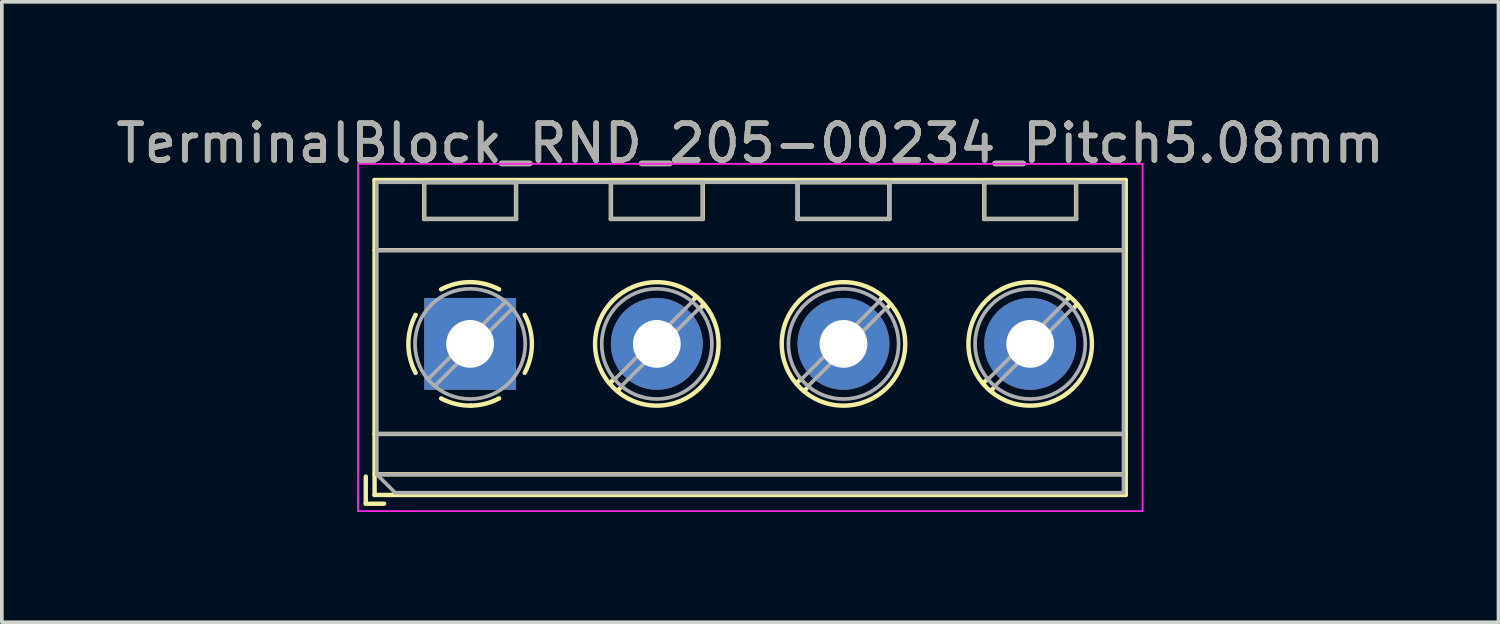
<source format=kicad_pcb>
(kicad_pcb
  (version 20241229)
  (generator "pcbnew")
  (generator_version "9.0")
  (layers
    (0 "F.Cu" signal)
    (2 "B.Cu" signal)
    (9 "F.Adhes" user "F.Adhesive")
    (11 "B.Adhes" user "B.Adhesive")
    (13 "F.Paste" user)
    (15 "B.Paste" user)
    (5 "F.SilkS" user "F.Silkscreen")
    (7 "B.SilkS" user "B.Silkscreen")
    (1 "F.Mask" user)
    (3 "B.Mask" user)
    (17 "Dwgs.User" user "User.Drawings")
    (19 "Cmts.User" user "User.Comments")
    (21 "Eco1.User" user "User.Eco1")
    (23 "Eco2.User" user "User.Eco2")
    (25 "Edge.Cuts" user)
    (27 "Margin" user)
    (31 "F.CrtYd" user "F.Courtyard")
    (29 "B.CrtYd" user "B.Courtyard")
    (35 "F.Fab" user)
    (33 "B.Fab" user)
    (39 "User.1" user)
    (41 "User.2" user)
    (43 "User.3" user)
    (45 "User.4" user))
  (footprint "TerminalBlock_RND_205-00234_Pitch5.08mm"
    (layer "F.Cu")
    (at 9.743 6.308)
    (property "Reference" "TerminalBlock_RND_205-00234_Pitch5.08mm" (at 7.62 -5.46 0) (layer "F.SilkS") (effects (font (size 1 1) (thickness 0.15))))
    (attr through_hole)
    (fp_line (start -2.84 3.61) (end -2.84 4.35) (stroke (width 0.12) (type solid)) (layer "F.SilkS"))
    (fp_line (start -2.84 4.35) (end -2.34 4.35) (stroke (width 0.12) (type solid)) (layer "F.SilkS"))
    (fp_line (start -2.6 -4.46) (end -2.6 4.11) (stroke (width 0.12) (type solid)) (layer "F.SilkS"))
    (fp_line (start -2.6 -2.55) (end 17.84 -2.55) (stroke (width 0.12) (type solid)) (layer "F.SilkS"))
    (fp_line (start -2.6 2.45) (end 17.84 2.45) (stroke (width 0.12) (type solid)) (layer "F.SilkS"))
    (fp_line (start -2.6 3.55) (end 17.84 3.55) (stroke (width 0.12) (type solid)) (layer "F.SilkS"))
    (fp_line (start -2.6 4.11) (end 17.84 4.11) (stroke (width 0.12) (type solid)) (layer "F.SilkS"))
    (fp_line (start -1.25 -4.4) (end -1.25 -3.4) (stroke (width 0.12) (type solid)) (layer "F.SilkS"))
    (fp_line (start -1.25 -4.4) (end 1.25 -4.4) (stroke (width 0.12) (type solid)) (layer "F.SilkS"))
    (fp_line (start -1.25 -3.4) (end 1.25 -3.4) (stroke (width 0.12) (type solid)) (layer "F.SilkS"))
    (fp_line (start 1.25 -4.4) (end 1.25 -3.4) (stroke (width 0.12) (type solid)) (layer "F.SilkS"))
    (fp_line (start 3.83 -4.4) (end 3.83 -3.4) (stroke (width 0.12) (type solid)) (layer "F.SilkS"))
    (fp_line (start 3.83 -4.4) (end 6.33 -4.4) (stroke (width 0.12) (type solid)) (layer "F.SilkS"))
    (fp_line (start 3.83 -3.4) (end 6.33 -3.4) (stroke (width 0.12) (type solid)) (layer "F.SilkS"))
    (fp_line (start 3.9 0.976) (end 3.806 1.069) (stroke (width 0.12) (type solid)) (layer "F.SilkS"))
    (fp_line (start 4.07 1.216) (end 4.011 1.274) (stroke (width 0.12) (type solid)) (layer "F.SilkS"))
    (fp_line (start 6.15 -1.275) (end 6.091 -1.216) (stroke (width 0.12) (type solid)) (layer "F.SilkS"))
    (fp_line (start 6.33 -4.4) (end 6.33 -3.4) (stroke (width 0.12) (type solid)) (layer "F.SilkS"))
    (fp_line (start 6.355 -1.069) (end 6.261 -0.976) (stroke (width 0.12) (type solid)) (layer "F.SilkS"))
    (fp_line (start 8.91 -4.4) (end 8.91 -3.4) (stroke (width 0.12) (type solid)) (layer "F.SilkS"))
    (fp_line (start 8.91 -4.4) (end 11.41 -4.4) (stroke (width 0.12) (type solid)) (layer "F.SilkS"))
    (fp_line (start 8.91 -3.4) (end 11.41 -3.4) (stroke (width 0.12) (type solid)) (layer "F.SilkS"))
    (fp_line (start 8.98 0.976) (end 8.886 1.069) (stroke (width 0.12) (type solid)) (layer "F.SilkS"))
    (fp_line (start 9.15 1.216) (end 9.091 1.274) (stroke (width 0.12) (type solid)) (layer "F.SilkS"))
    (fp_line (start 11.23 -1.275) (end 11.171 -1.216) (stroke (width 0.12) (type solid)) (layer "F.SilkS"))
    (fp_line (start 11.41 -4.4) (end 11.41 -3.4) (stroke (width 0.12) (type solid)) (layer "F.SilkS"))
    (fp_line (start 11.435 -1.069) (end 11.341 -0.976) (stroke (width 0.12) (type solid)) (layer "F.SilkS"))
    (fp_line (start 13.99 -4.4) (end 13.99 -3.4) (stroke (width 0.12) (type solid)) (layer "F.SilkS"))
    (fp_line (start 13.99 -4.4) (end 16.49 -4.4) (stroke (width 0.12) (type solid)) (layer "F.SilkS"))
    (fp_line (start 13.99 -3.4) (end 16.49 -3.4) (stroke (width 0.12) (type solid)) (layer "F.SilkS"))
    (fp_line (start 14.06 0.976) (end 13.966 1.069) (stroke (width 0.12) (type solid)) (layer "F.SilkS"))
    (fp_line (start 14.23 1.216) (end 14.171 1.274) (stroke (width 0.12) (type solid)) (layer "F.SilkS"))
    (fp_line (start 16.31 -1.275) (end 16.251 -1.216) (stroke (width 0.12) (type solid)) (layer "F.SilkS"))
    (fp_line (start 16.49 -4.4) (end 16.49 -3.4) (stroke (width 0.12) (type solid)) (layer "F.SilkS"))
    (fp_line (start 16.515 -1.069) (end 16.421 -0.976) (stroke (width 0.12) (type solid)) (layer "F.SilkS"))
    (fp_line (start 17.84 -4.46) (end -2.6 -4.46) (stroke (width 0.12) (type solid)) (layer "F.SilkS"))
    (fp_line (start 17.84 4.11) (end 17.84 -4.46) (stroke (width 0.12) (type solid)) (layer "F.SilkS"))
    (fp_arc (start -1.483953 0.789089) (mid -1.680708 0.00005) (end -1.484 -0.789) (stroke (width 0.12) (type solid)) (layer "F.SilkS"))
    (fp_arc (start -0.789089 -1.483953) (mid -0.00005 -1.680708) (end 0.789 -1.484) (stroke (width 0.12) (type solid)) (layer "F.SilkS"))
    (fp_arc (start 0.029383 1.68045) (mid -0.392304 1.634281) (end -0.789 1.484) (stroke (width 0.12) (type solid)) (layer "F.SilkS"))
    (fp_arc (start 0.788712 1.483352) (mid 0.406429 1.630097) (end 0 1.68) (stroke (width 0.12) (type solid)) (layer "F.SilkS"))
    (fp_arc (start 1.483953 -0.789089) (mid 1.680708 -0.00005) (end 1.484 0.789) (stroke (width 0.12) (type solid)) (layer "F.SilkS"))
    (fp_circle (center 5.08 0) (end 6.76 0) (stroke (width 0.12) (type solid)) (fill no) (layer "F.SilkS"))
    (fp_circle (center 10.16 0) (end 11.84 0) (stroke (width 0.12) (type solid)) (fill no) (layer "F.SilkS"))
    (fp_circle (center 15.24 0) (end 16.92 0) (stroke (width 0.12) (type solid)) (fill no) (layer "F.SilkS"))
    (fp_line (start -3.05 -4.9) (end -3.05 4.55) (stroke (width 0.05) (type solid)) (layer "F.CrtYd"))
    (fp_line (start -3.05 4.55) (end 18.3 4.55) (stroke (width 0.05) (type solid)) (layer "F.CrtYd"))
    (fp_line (start 18.3 -4.9) (end -3.05 -4.9) (stroke (width 0.05) (type solid)) (layer "F.CrtYd"))
    (fp_line (start 18.3 4.55) (end 18.3 -4.9) (stroke (width 0.05) (type solid)) (layer "F.CrtYd"))
    (fp_line (start -2.54 -4.4) (end 17.78 -4.4) (stroke (width 0.1) (type solid)) (layer "F.Fab"))
    (fp_line (start -2.54 -2.55) (end 17.78 -2.55) (stroke (width 0.1) (type solid)) (layer "F.Fab"))
    (fp_line (start -2.54 2.45) (end 17.78 2.45) (stroke (width 0.1) (type solid)) (layer "F.Fab"))
    (fp_line (start -2.54 3.55) (end -2.54 -4.4) (stroke (width 0.1) (type solid)) (layer "F.Fab"))
    (fp_line (start -2.54 3.55) (end 17.78 3.55) (stroke (width 0.1) (type solid)) (layer "F.Fab"))
    (fp_line (start -2.04 4.05) (end -2.54 3.55) (stroke (width 0.1) (type solid)) (layer "F.Fab"))
    (fp_line (start -1.25 -4.4) (end -1.25 -3.4) (stroke (width 0.1) (type solid)) (layer "F.Fab"))
    (fp_line (start -1.25 -3.4) (end 1.25 -3.4) (stroke (width 0.1) (type solid)) (layer "F.Fab"))
    (fp_line (start 0.955 -1.138) (end -1.138 0.955) (stroke (width 0.1) (type solid)) (layer "F.Fab"))
    (fp_line (start 1.138 -0.955) (end -0.955 1.138) (stroke (width 0.1) (type solid)) (layer "F.Fab"))
    (fp_line (start 1.25 -4.4) (end -1.25 -4.4) (stroke (width 0.1) (type solid)) (layer "F.Fab"))
    (fp_line (start 1.25 -3.4) (end 1.25 -4.4) (stroke (width 0.1) (type solid)) (layer "F.Fab"))
    (fp_line (start 3.83 -4.4) (end 3.83 -3.4) (stroke (width 0.1) (type solid)) (layer "F.Fab"))
    (fp_line (start 3.83 -3.4) (end 6.33 -3.4) (stroke (width 0.1) (type solid)) (layer "F.Fab"))
    (fp_line (start 6.035 -1.138) (end 3.943 0.955) (stroke (width 0.1) (type solid)) (layer "F.Fab"))
    (fp_line (start 6.218 -0.955) (end 4.126 1.138) (stroke (width 0.1) (type solid)) (layer "F.Fab"))
    (fp_line (start 6.33 -4.4) (end 3.83 -4.4) (stroke (width 0.1) (type solid)) (layer "F.Fab"))
    (fp_line (start 6.33 -3.4) (end 6.33 -4.4) (stroke (width 0.1) (type solid)) (layer "F.Fab"))
    (fp_line (start 8.91 -4.4) (end 8.91 -3.4) (stroke (width 0.1) (type solid)) (layer "F.Fab"))
    (fp_line (start 8.91 -3.4) (end 11.41 -3.4) (stroke (width 0.1) (type solid)) (layer "F.Fab"))
    (fp_line (start 11.115 -1.138) (end 9.023 0.955) (stroke (width 0.1) (type solid)) (layer "F.Fab"))
    (fp_line (start 11.298 -0.955) (end 9.206 1.138) (stroke (width 0.1) (type solid)) (layer "F.Fab"))
    (fp_line (start 11.41 -4.4) (end 8.91 -4.4) (stroke (width 0.1) (type solid)) (layer "F.Fab"))
    (fp_line (start 11.41 -3.4) (end 11.41 -4.4) (stroke (width 0.1) (type solid)) (layer "F.Fab"))
    (fp_line (start 13.99 -4.4) (end 13.99 -3.4) (stroke (width 0.1) (type solid)) (layer "F.Fab"))
    (fp_line (start 13.99 -3.4) (end 16.49 -3.4) (stroke (width 0.1) (type solid)) (layer "F.Fab"))
    (fp_line (start 16.195 -1.138) (end 14.103 0.955) (stroke (width 0.1) (type solid)) (layer "F.Fab"))
    (fp_line (start 16.378 -0.955) (end 14.286 1.138) (stroke (width 0.1) (type solid)) (layer "F.Fab"))
    (fp_line (start 16.49 -4.4) (end 13.99 -4.4) (stroke (width 0.1) (type solid)) (layer "F.Fab"))
    (fp_line (start 16.49 -3.4) (end 16.49 -4.4) (stroke (width 0.1) (type solid)) (layer "F.Fab"))
    (fp_line (start 17.78 -4.4) (end 17.78 4.05) (stroke (width 0.1) (type solid)) (layer "F.Fab"))
    (fp_line (start 17.78 4.05) (end -2.04 4.05) (stroke (width 0.1) (type solid)) (layer "F.Fab"))
    (fp_circle (center 0 0) (end 1.5 0) (stroke (width 0.1) (type solid)) (fill no) (layer "F.Fab"))
    (fp_circle (center 5.08 0) (end 6.58 0) (stroke (width 0.1) (type solid)) (fill no) (layer "F.Fab"))
    (fp_circle (center 10.16 0) (end 11.66 0) (stroke (width 0.1) (type solid)) (fill no) (layer "F.Fab"))
    (fp_circle (center 15.24 0) (end 16.74 0) (stroke (width 0.1) (type solid)) (fill no) (layer "F.Fab"))
    (fp_text user "${REFERENCE}" (at 7.62 -5.46 0) (layer "F.Fab") (effects (font (size 1 1) (thickness 0.15))))
    (pad "1" thru_hole rect (at 0 0) (size 2.5 2.5) (drill 1.3) (layers "*.Cu" "*.Mask"))
    (pad "2" thru_hole circle (at 5.08 0) (size 2.5 2.5) (drill 1.3) (layers "*.Cu" "*.Mask"))
    (pad "3" thru_hole circle (at 10.16 0) (size 2.5 2.5) (drill 1.3) (layers "*.Cu" "*.Mask"))
    (pad "4" thru_hole circle (at 15.24 0) (size 2.5 2.5) (drill 1.3) (layers "*.Cu" "*.Mask")))
  (gr_rect
    (start -3 -3)
    (end 37.726 13.883)
    (stroke (width 0.1) (type default))
    (fill no)
    (layer "Edge.Cuts")))
</source>
